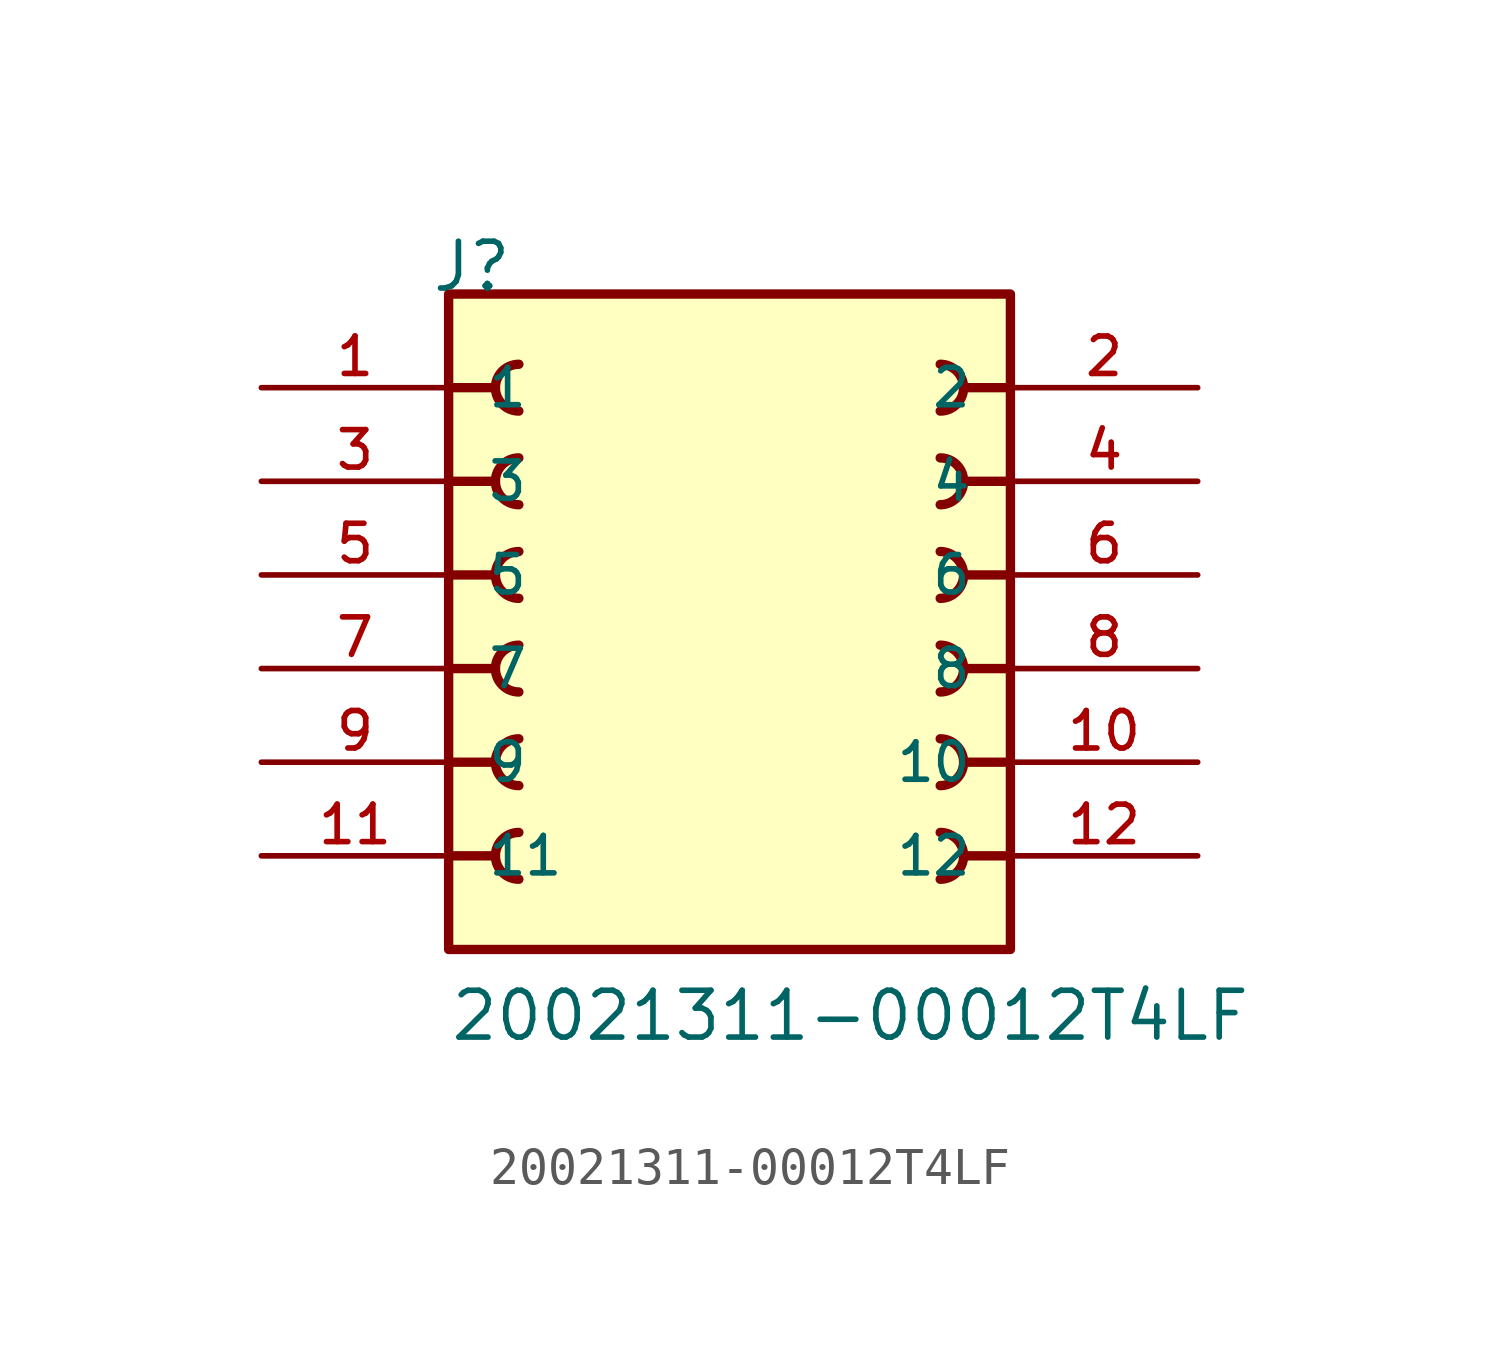
<source format=kicad_sym>
(kicad_symbol_lib
  (version 20211014)
  (generator kicad_symbol_editor)
  (symbol "20021311-00012T4LF"
    (pin_names
      (offset 1.016))
    (property "Reference" "J"
      (at -8.12 10.16 0)
      (effects (font (size 1.27 1.27)) (justify bottom left)))
    (property "Value" "20021311-00012T4LF"
      (at -7.62 -10.16 0)
      (effects (font (size 1.27 1.27)) (justify bottom left)))
    (symbol "20021311-00012T4LF_0_0"
      (polyline (pts (xy -7.62 7.62) (xy -6.35 7.62)) (stroke (width 0.254)))
      (arc (start -5.715 8.255) (mid -6.35 7.62) (end -5.715 6.985) (stroke (width 0.254) (type default) (color 0 0 0 0)) (fill (type none)))
      (polyline (pts (xy 7.62 7.62) (xy 6.35 7.62)) (stroke (width 0.254)))
      (arc (start 5.715 6.985) (mid 6.35 7.62) (end 5.715 8.255) (stroke (width 0.254) (type default) (color 0 0 0 0)) (fill (type none)))
      (polyline (pts (xy -7.62 5.08) (xy -6.35 5.08)) (stroke (width 0.254)))
      (arc (start -5.715 5.715) (mid -6.35 5.08) (end -5.715 4.445) (stroke (width 0.254) (type default) (color 0 0 0 0)) (fill (type none)))
      (polyline (pts (xy 7.62 5.08) (xy 6.35 5.08)) (stroke (width 0.254)))
      (arc (start 5.715 4.445) (mid 6.35 5.08) (end 5.715 5.715) (stroke (width 0.254) (type default) (color 0 0 0 0)) (fill (type none)))
      (polyline (pts (xy -7.62 2.54) (xy -6.35 2.54)) (stroke (width 0.254)))
      (arc (start -5.715 3.175) (mid -6.35 2.54) (end -5.715 1.905) (stroke (width 0.254) (type default) (color 0 0 0 0)) (fill (type none)))
      (polyline (pts (xy 7.62 2.54) (xy 6.35 2.54)) (stroke (width 0.254)))
      (arc (start 5.715 1.905) (mid 6.35 2.54) (end 5.715 3.175) (stroke (width 0.254) (type default) (color 0 0 0 0)) (fill (type none)))
      (polyline (pts (xy -7.62 0.0) (xy -6.35 0.0)) (stroke (width 0.254)))
      (arc (start -5.715 0.635) (mid -6.35 -0.0) (end -5.715 -0.635) (stroke (width 0.254) (type default) (color 0 0 0 0)) (fill (type none)))
      (polyline (pts (xy 7.62 0.0) (xy 6.35 0.0)) (stroke (width 0.254)))
      (arc (start 5.715 -0.635) (mid 6.35 0.0) (end 5.715 0.635) (stroke (width 0.254) (type default) (color 0 0 0 0)) (fill (type none)))
      (polyline (pts (xy -7.62 -2.54) (xy -6.35 -2.54)) (stroke (width 0.254)))
      (arc (start -5.715 -1.905) (mid -6.35 -2.54) (end -5.715 -3.175) (stroke (width 0.254) (type default) (color 0 0 0 0)) (fill (type none)))
      (polyline (pts (xy 7.62 -2.54) (xy 6.35 -2.54)) (stroke (width 0.254)))
      (arc (start 5.715 -3.175) (mid 6.35 -2.54) (end 5.715 -1.905) (stroke (width 0.254) (type default) (color 0 0 0 0)) (fill (type none)))
      (polyline (pts (xy -7.62 -5.08) (xy -6.35 -5.08)) (stroke (width 0.254)))
      (arc (start -5.715 -4.445) (mid -6.35 -5.08) (end -5.715 -5.715) (stroke (width 0.254) (type default) (color 0 0 0 0)) (fill (type none)))
      (polyline (pts (xy 7.62 -5.08) (xy 6.35 -5.08)) (stroke (width 0.254)))
      (arc (start 5.715 -5.715) (mid 6.35 -5.08) (end 5.715 -4.445) (stroke (width 0.254) (type default) (color 0 0 0 0)) (fill (type none)))
      (rectangle (start -7.62 -7.62) (end 7.62 10.16) (stroke (width 0.254)) (fill (type background)))
      (pin passive line (at -12.7 7.62 0) (length 5.08) (name "1" (effects (font (size 1.016 1.016)))) (number "1" (effects (font (size 1.016 1.016)))))
      (pin passive line (at 12.7 7.62 180.0) (length 5.08) (name "2" (effects (font (size 1.016 1.016)))) (number "2" (effects (font (size 1.016 1.016)))))
      (pin passive line (at -12.7 5.08 0) (length 5.08) (name "3" (effects (font (size 1.016 1.016)))) (number "3" (effects (font (size 1.016 1.016)))))
      (pin passive line (at 12.7 5.08 180.0) (length 5.08) (name "4" (effects (font (size 1.016 1.016)))) (number "4" (effects (font (size 1.016 1.016)))))
      (pin passive line (at -12.7 2.54 0) (length 5.08) (name "5" (effects (font (size 1.016 1.016)))) (number "5" (effects (font (size 1.016 1.016)))))
      (pin passive line (at 12.7 2.54 180.0) (length 5.08) (name "6" (effects (font (size 1.016 1.016)))) (number "6" (effects (font (size 1.016 1.016)))))
      (pin passive line (at -12.7 0.0 0) (length 5.08) (name "7" (effects (font (size 1.016 1.016)))) (number "7" (effects (font (size 1.016 1.016)))))
      (pin passive line (at 12.7 0.0 180.0) (length 5.08) (name "8" (effects (font (size 1.016 1.016)))) (number "8" (effects (font (size 1.016 1.016)))))
      (pin passive line (at -12.7 -2.54 0) (length 5.08) (name "9" (effects (font (size 1.016 1.016)))) (number "9" (effects (font (size 1.016 1.016)))))
      (pin passive line (at 12.7 -2.54 180.0) (length 5.08) (name "10" (effects (font (size 1.016 1.016)))) (number "10" (effects (font (size 1.016 1.016)))))
      (pin passive line (at -12.7 -5.08 0) (length 5.08) (name "11" (effects (font (size 1.016 1.016)))) (number "11" (effects (font (size 1.016 1.016)))))
      (pin passive line (at 12.7 -5.08 180.0) (length 5.08) (name "12" (effects (font (size 1.016 1.016)))) (number "12" (effects (font (size 1.016 1.016))))))))
</source>
